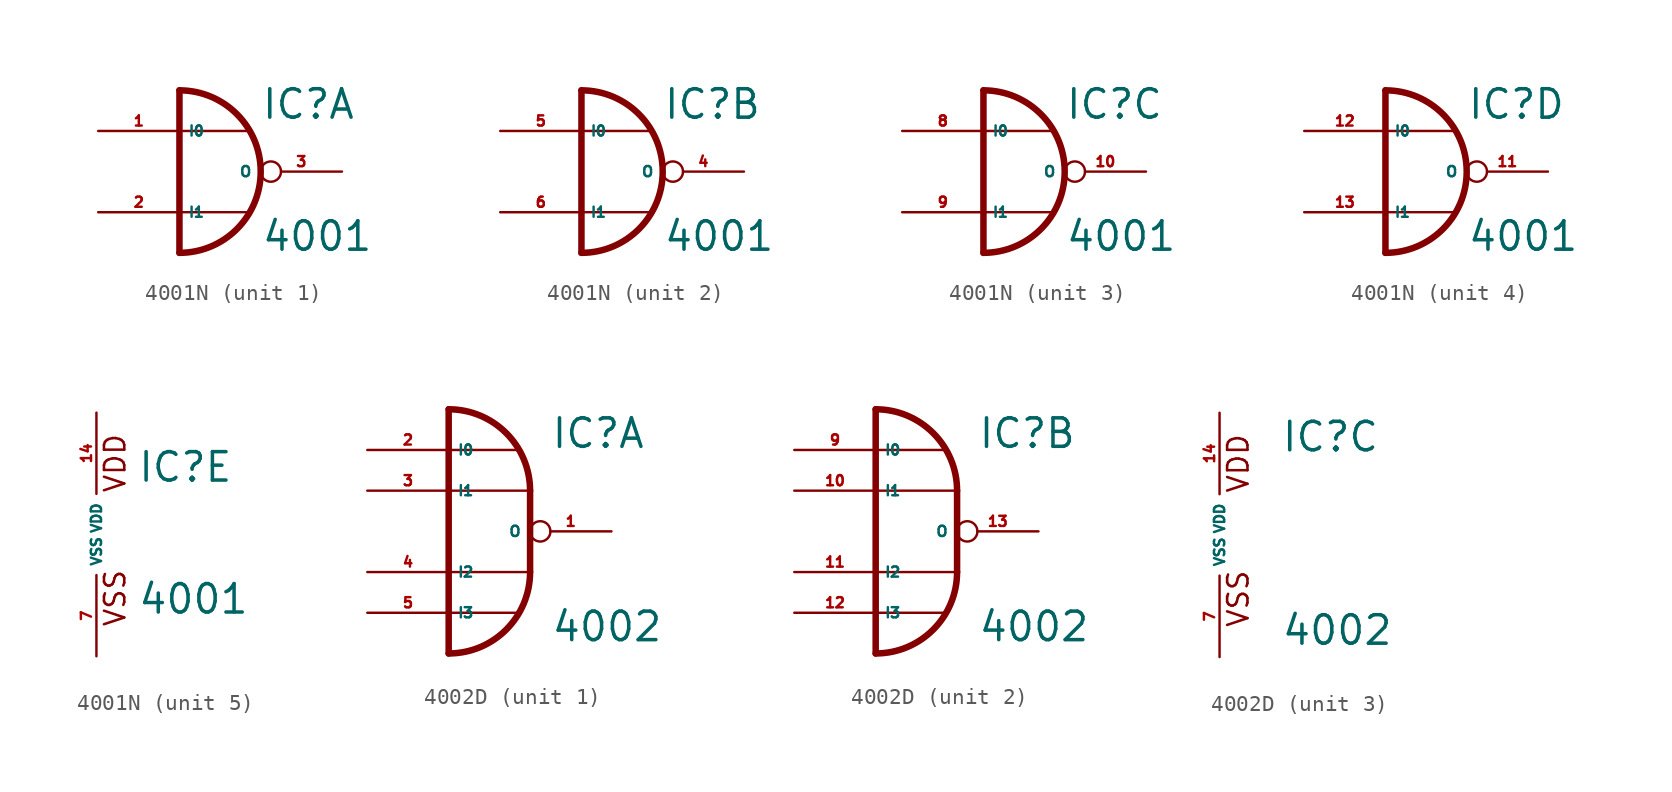
<source format=kicad_sym>
(kicad_symbol_lib
  (version 20220914)
  (generator Eagle2Kicad)
  (symbol "4001N"
    (property "Reference" "IC"
      (at 2.54 3.175 0)
      (effects (font (size 1.778 1.778) (thickness 0.22)) (justify left bottom)))
    (property "Value" "4001"
      (at 2.54 -5.08 0)
      (effects (font (size 1.778 1.778) (thickness 0.22)) (justify left bottom)))
    (symbol "4001N_1_0"
      (arc (start -2.54 -5.08) (mid 2.540 0.000) (end -2.54 5.08) (stroke (width 0.4064) (type default)) (fill (type none)))
      (polyline (pts (xy -2.54 2.54) (xy 1.778 2.54)) (stroke (width 0.152) (type default)) (fill (type none)))
      (polyline (pts (xy -2.54 -2.54) (xy 1.778 -2.54)) (stroke (width 0.152) (type default)) (fill (type none)))
      (polyline (pts (xy -2.54 -5.08) (xy -2.54 5.08)) (stroke (width 0.406) (type default)) (fill (type none)))
      (pin input line (at -7.62 2.54 0) (length 5.08) (name "I0" (effects (font (size 0.635 0.635) (thickness 0.08)) (justify left bottom))) (number "1" (effects (font (size 0.635 0.635) (thickness 0.08)) (justify left bottom))))
      (pin input line (at -7.62 -2.54 0) (length 5.08) (name "I1" (effects (font (size 0.635 0.635) (thickness 0.08)) (justify left bottom))) (number "2" (effects (font (size 0.635 0.635) (thickness 0.08)) (justify left bottom))))
      (pin output inverted (at 7.62 0 180) (length 5.08) (name "O" (effects (font (size 0.635 0.635) (thickness 0.08)) (justify left bottom))) (number "3" (effects (font (size 0.635 0.635) (thickness 0.08)) (justify left bottom)))))
    (symbol "4001N_2_0"
      (arc (start -2.54 -5.08) (mid 2.540 0.000) (end -2.54 5.08) (stroke (width 0.4064) (type default)) (fill (type none)))
      (polyline (pts (xy -2.54 2.54) (xy 1.778 2.54)) (stroke (width 0.152) (type default)) (fill (type none)))
      (polyline (pts (xy -2.54 -2.54) (xy 1.778 -2.54)) (stroke (width 0.152) (type default)) (fill (type none)))
      (polyline (pts (xy -2.54 -5.08) (xy -2.54 5.08)) (stroke (width 0.406) (type default)) (fill (type none)))
      (pin input line (at -7.62 2.54 0) (length 5.08) (name "I0" (effects (font (size 0.635 0.635) (thickness 0.08)) (justify left bottom))) (number "5" (effects (font (size 0.635 0.635) (thickness 0.08)) (justify left bottom))))
      (pin input line (at -7.62 -2.54 0) (length 5.08) (name "I1" (effects (font (size 0.635 0.635) (thickness 0.08)) (justify left bottom))) (number "6" (effects (font (size 0.635 0.635) (thickness 0.08)) (justify left bottom))))
      (pin output inverted (at 7.62 0 180) (length 5.08) (name "O" (effects (font (size 0.635 0.635) (thickness 0.08)) (justify left bottom))) (number "4" (effects (font (size 0.635 0.635) (thickness 0.08)) (justify left bottom)))))
    (symbol "4001N_3_0"
      (arc (start -2.54 -5.08) (mid 2.540 0.000) (end -2.54 5.08) (stroke (width 0.4064) (type default)) (fill (type none)))
      (polyline (pts (xy -2.54 2.54) (xy 1.778 2.54)) (stroke (width 0.152) (type default)) (fill (type none)))
      (polyline (pts (xy -2.54 -2.54) (xy 1.778 -2.54)) (stroke (width 0.152) (type default)) (fill (type none)))
      (polyline (pts (xy -2.54 -5.08) (xy -2.54 5.08)) (stroke (width 0.406) (type default)) (fill (type none)))
      (pin input line (at -7.62 2.54 0) (length 5.08) (name "I0" (effects (font (size 0.635 0.635) (thickness 0.08)) (justify left bottom))) (number "8" (effects (font (size 0.635 0.635) (thickness 0.08)) (justify left bottom))))
      (pin input line (at -7.62 -2.54 0) (length 5.08) (name "I1" (effects (font (size 0.635 0.635) (thickness 0.08)) (justify left bottom))) (number "9" (effects (font (size 0.635 0.635) (thickness 0.08)) (justify left bottom))))
      (pin output inverted (at 7.62 0 180) (length 5.08) (name "O" (effects (font (size 0.635 0.635) (thickness 0.08)) (justify left bottom))) (number "10" (effects (font (size 0.635 0.635) (thickness 0.08)) (justify left bottom)))))
    (symbol "4001N_4_0"
      (arc (start -2.54 -5.08) (mid 2.540 0.000) (end -2.54 5.08) (stroke (width 0.4064) (type default)) (fill (type none)))
      (polyline (pts (xy -2.54 2.54) (xy 1.778 2.54)) (stroke (width 0.152) (type default)) (fill (type none)))
      (polyline (pts (xy -2.54 -2.54) (xy 1.778 -2.54)) (stroke (width 0.152) (type default)) (fill (type none)))
      (polyline (pts (xy -2.54 -5.08) (xy -2.54 5.08)) (stroke (width 0.406) (type default)) (fill (type none)))
      (pin input line (at -7.62 2.54 0) (length 5.08) (name "I0" (effects (font (size 0.635 0.635) (thickness 0.08)) (justify left bottom))) (number "12" (effects (font (size 0.635 0.635) (thickness 0.08)) (justify left bottom))))
      (pin input line (at -7.62 -2.54 0) (length 5.08) (name "I1" (effects (font (size 0.635 0.635) (thickness 0.08)) (justify left bottom))) (number "13" (effects (font (size 0.635 0.635) (thickness 0.08)) (justify left bottom))))
      (pin output inverted (at 7.62 0 180) (length 5.08) (name "O" (effects (font (size 0.635 0.635) (thickness 0.08)) (justify left bottom))) (number "11" (effects (font (size 0.635 0.635) (thickness 0.08)) (justify left bottom)))))
    (symbol "4001N_5_0"
      (text "VDD" (at 1.905 2.54 900) (effects (font (size 1.27 1.27) (thickness 0.16)) (justify left bottom)))
      (text "VSS" (at 1.905 -5.842 900) (effects (font (size 1.27 1.27) (thickness 0.16)) (justify left bottom)))
      (pin unspecified line (at 0 -7.62 90) (length 5.08) (name "VSS" (effects (font (size 0.635 0.635) (thickness 0.08)) (justify left bottom))) (number "7" (effects (font (size 0.635 0.635) (thickness 0.08)) (justify left bottom))))
      (pin unspecified line (at 0 7.62 270) (length 5.08) (name "VDD" (effects (font (size 0.635 0.635) (thickness 0.08)) (justify left bottom))) (number "14" (effects (font (size 0.635 0.635) (thickness 0.08)) (justify left bottom))))))
  (symbol "4002D"
    (property "Reference" "IC"
      (at 3.81 5.08 0)
      (effects (font (size 1.778 1.778) (thickness 0.22)) (justify left bottom)))
    (property "Value" "4002"
      (at 3.81 -6.985 0)
      (effects (font (size 1.778 1.778) (thickness 0.22)) (justify left bottom)))
    (symbol "4002D_1_0"
      (arc (start 2.54 2.54) (mid 1.052 6.132) (end -2.54 7.62) (stroke (width 0.4064) (type default)) (fill (type none)))
      (arc (start -2.54 -7.62) (mid 1.052 -6.132) (end 2.54 -2.54) (stroke (width 0.4064) (type default)) (fill (type none)))
      (polyline (pts (xy 2.54 2.54) (xy 2.54 -2.54)) (stroke (width 0.406) (type default)) (fill (type none)))
      (polyline (pts (xy -2.54 5.08) (xy 1.778 5.08)) (stroke (width 0.152) (type default)) (fill (type none)))
      (polyline (pts (xy -2.54 2.54) (xy 2.54 2.54)) (stroke (width 0.152) (type default)) (fill (type none)))
      (polyline (pts (xy -2.54 -2.54) (xy 2.54 -2.54)) (stroke (width 0.152) (type default)) (fill (type none)))
      (polyline (pts (xy -2.54 -5.08) (xy 1.778 -5.08)) (stroke (width 0.152) (type default)) (fill (type none)))
      (polyline (pts (xy -2.54 7.62) (xy -2.54 -7.62)) (stroke (width 0.406) (type default)) (fill (type none)))
      (pin output inverted (at 7.62 0 180) (length 5.08) (name "O" (effects (font (size 0.635 0.635) (thickness 0.08)) (justify left bottom))) (number "1" (effects (font (size 0.635 0.635) (thickness 0.08)) (justify left bottom))))
      (pin input line (at -7.62 5.08 0) (length 5.08) (name "I0" (effects (font (size 0.635 0.635) (thickness 0.08)) (justify left bottom))) (number "2" (effects (font (size 0.635 0.635) (thickness 0.08)) (justify left bottom))))
      (pin input line (at -7.62 2.54 0) (length 5.08) (name "I1" (effects (font (size 0.635 0.635) (thickness 0.08)) (justify left bottom))) (number "3" (effects (font (size 0.635 0.635) (thickness 0.08)) (justify left bottom))))
      (pin input line (at -7.62 -2.54 0) (length 5.08) (name "I2" (effects (font (size 0.635 0.635) (thickness 0.08)) (justify left bottom))) (number "4" (effects (font (size 0.635 0.635) (thickness 0.08)) (justify left bottom))))
      (pin input line (at -7.62 -5.08 0) (length 5.08) (name "I3" (effects (font (size 0.635 0.635) (thickness 0.08)) (justify left bottom))) (number "5" (effects (font (size 0.635 0.635) (thickness 0.08)) (justify left bottom)))))
    (symbol "4002D_2_0"
      (arc (start 2.54 2.54) (mid 1.052 6.132) (end -2.54 7.62) (stroke (width 0.4064) (type default)) (fill (type none)))
      (arc (start -2.54 -7.62) (mid 1.052 -6.132) (end 2.54 -2.54) (stroke (width 0.4064) (type default)) (fill (type none)))
      (polyline (pts (xy 2.54 2.54) (xy 2.54 -2.54)) (stroke (width 0.406) (type default)) (fill (type none)))
      (polyline (pts (xy -2.54 5.08) (xy 1.778 5.08)) (stroke (width 0.152) (type default)) (fill (type none)))
      (polyline (pts (xy -2.54 2.54) (xy 2.54 2.54)) (stroke (width 0.152) (type default)) (fill (type none)))
      (polyline (pts (xy -2.54 -2.54) (xy 2.54 -2.54)) (stroke (width 0.152) (type default)) (fill (type none)))
      (polyline (pts (xy -2.54 -5.08) (xy 1.778 -5.08)) (stroke (width 0.152) (type default)) (fill (type none)))
      (polyline (pts (xy -2.54 7.62) (xy -2.54 -7.62)) (stroke (width 0.406) (type default)) (fill (type none)))
      (pin output inverted (at 7.62 0 180) (length 5.08) (name "O" (effects (font (size 0.635 0.635) (thickness 0.08)) (justify left bottom))) (number "13" (effects (font (size 0.635 0.635) (thickness 0.08)) (justify left bottom))))
      (pin input line (at -7.62 5.08 0) (length 5.08) (name "I0" (effects (font (size 0.635 0.635) (thickness 0.08)) (justify left bottom))) (number "9" (effects (font (size 0.635 0.635) (thickness 0.08)) (justify left bottom))))
      (pin input line (at -7.62 2.54 0) (length 5.08) (name "I1" (effects (font (size 0.635 0.635) (thickness 0.08)) (justify left bottom))) (number "10" (effects (font (size 0.635 0.635) (thickness 0.08)) (justify left bottom))))
      (pin input line (at -7.62 -2.54 0) (length 5.08) (name "I2" (effects (font (size 0.635 0.635) (thickness 0.08)) (justify left bottom))) (number "11" (effects (font (size 0.635 0.635) (thickness 0.08)) (justify left bottom))))
      (pin input line (at -7.62 -5.08 0) (length 5.08) (name "I3" (effects (font (size 0.635 0.635) (thickness 0.08)) (justify left bottom))) (number "12" (effects (font (size 0.635 0.635) (thickness 0.08)) (justify left bottom)))))
    (symbol "4002D_3_0"
      (text "VDD" (at 1.905 2.54 900) (effects (font (size 1.27 1.27) (thickness 0.16)) (justify left bottom)))
      (text "VSS" (at 1.905 -5.842 900) (effects (font (size 1.27 1.27) (thickness 0.16)) (justify left bottom)))
      (pin unspecified line (at 0 -7.62 90) (length 5.08) (name "VSS" (effects (font (size 0.635 0.635) (thickness 0.08)) (justify left bottom))) (number "7" (effects (font (size 0.635 0.635) (thickness 0.08)) (justify left bottom))))
      (pin unspecified line (at 0 7.62 270) (length 5.08) (name "VDD" (effects (font (size 0.635 0.635) (thickness 0.08)) (justify left bottom))) (number "14" (effects (font (size 0.635 0.635) (thickness 0.08)) (justify left bottom)))))))
</source>
